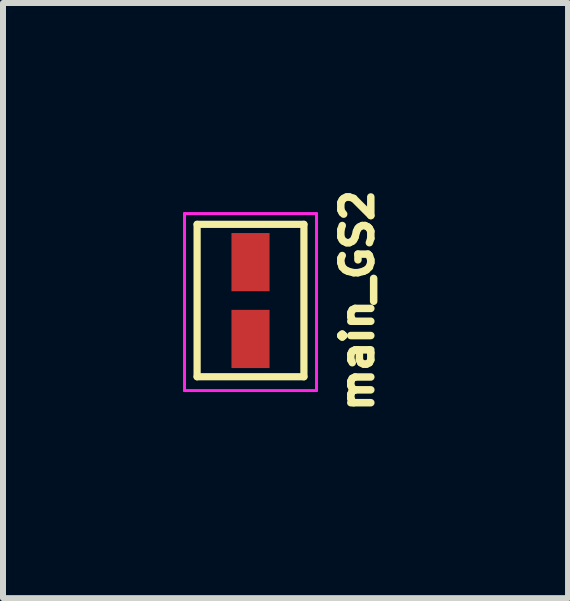
<source format=kicad_pcb>
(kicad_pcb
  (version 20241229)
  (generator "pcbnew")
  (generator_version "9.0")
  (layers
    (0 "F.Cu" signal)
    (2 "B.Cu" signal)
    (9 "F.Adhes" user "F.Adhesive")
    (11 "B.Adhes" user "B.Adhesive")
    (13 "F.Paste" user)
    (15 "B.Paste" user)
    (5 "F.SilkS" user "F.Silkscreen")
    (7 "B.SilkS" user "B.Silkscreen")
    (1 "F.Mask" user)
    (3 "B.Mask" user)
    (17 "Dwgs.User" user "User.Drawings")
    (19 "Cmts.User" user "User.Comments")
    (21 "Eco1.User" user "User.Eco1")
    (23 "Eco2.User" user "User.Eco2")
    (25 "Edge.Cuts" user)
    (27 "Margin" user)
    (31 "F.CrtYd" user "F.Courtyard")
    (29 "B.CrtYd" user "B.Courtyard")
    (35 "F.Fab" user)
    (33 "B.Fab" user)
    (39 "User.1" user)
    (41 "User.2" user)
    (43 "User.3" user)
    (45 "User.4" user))
  (footprint "main_GS2"
    (layer "F.Cu")
    (at 1.125 1.959)
    (property "Reference" "main_GS2" (at 1.78 0 90) (layer "F.SilkS") (effects (font (size 0.5 0.5) (thickness 0.125))))
    (attr smd)
    (fp_line (start -0.89 -1.27) (end -0.89 1.27) (stroke (width 0.12) (type solid)) (layer "F.SilkS"))
    (fp_line (start -0.89 -1.27) (end 0.89 -1.27) (stroke (width 0.12) (type solid)) (layer "F.SilkS"))
    (fp_line (start 0.89 1.27) (end -0.89 1.27) (stroke (width 0.12) (type solid)) (layer "F.SilkS"))
    (fp_line (start 0.89 1.27) (end 0.89 -1.27) (stroke (width 0.12) (type solid)) (layer "F.SilkS"))
    (fp_line (start -1.1 -1.45) (end 1.1 -1.45) (stroke (width 0.05) (type solid)) (layer "F.CrtYd"))
    (fp_line (start -1.1 1.5) (end -1.1 -1.45) (stroke (width 0.05) (type solid)) (layer "F.CrtYd"))
    (fp_line (start 1.1 -1.45) (end 1.1 1.5) (stroke (width 0.05) (type solid)) (layer "F.CrtYd"))
    (fp_line (start 1.1 1.5) (end -1.1 1.5) (stroke (width 0.05) (type solid)) (layer "F.CrtYd"))
    (pad "1" smd rect (at 0 -0.64) (size 0.635 0.97) (layers "F.Cu" "F.Mask" "F.Paste"))
    (pad "2" smd rect (at 0 0.64) (size 0.635 0.97) (layers "F.Cu" "F.Mask" "F.Paste")))
  (gr_rect
    (start -3 -3)
    (end 6.417 6.918)
    (stroke (width 0.1) (type default))
    (fill no)
    (layer "Edge.Cuts")))
</source>
